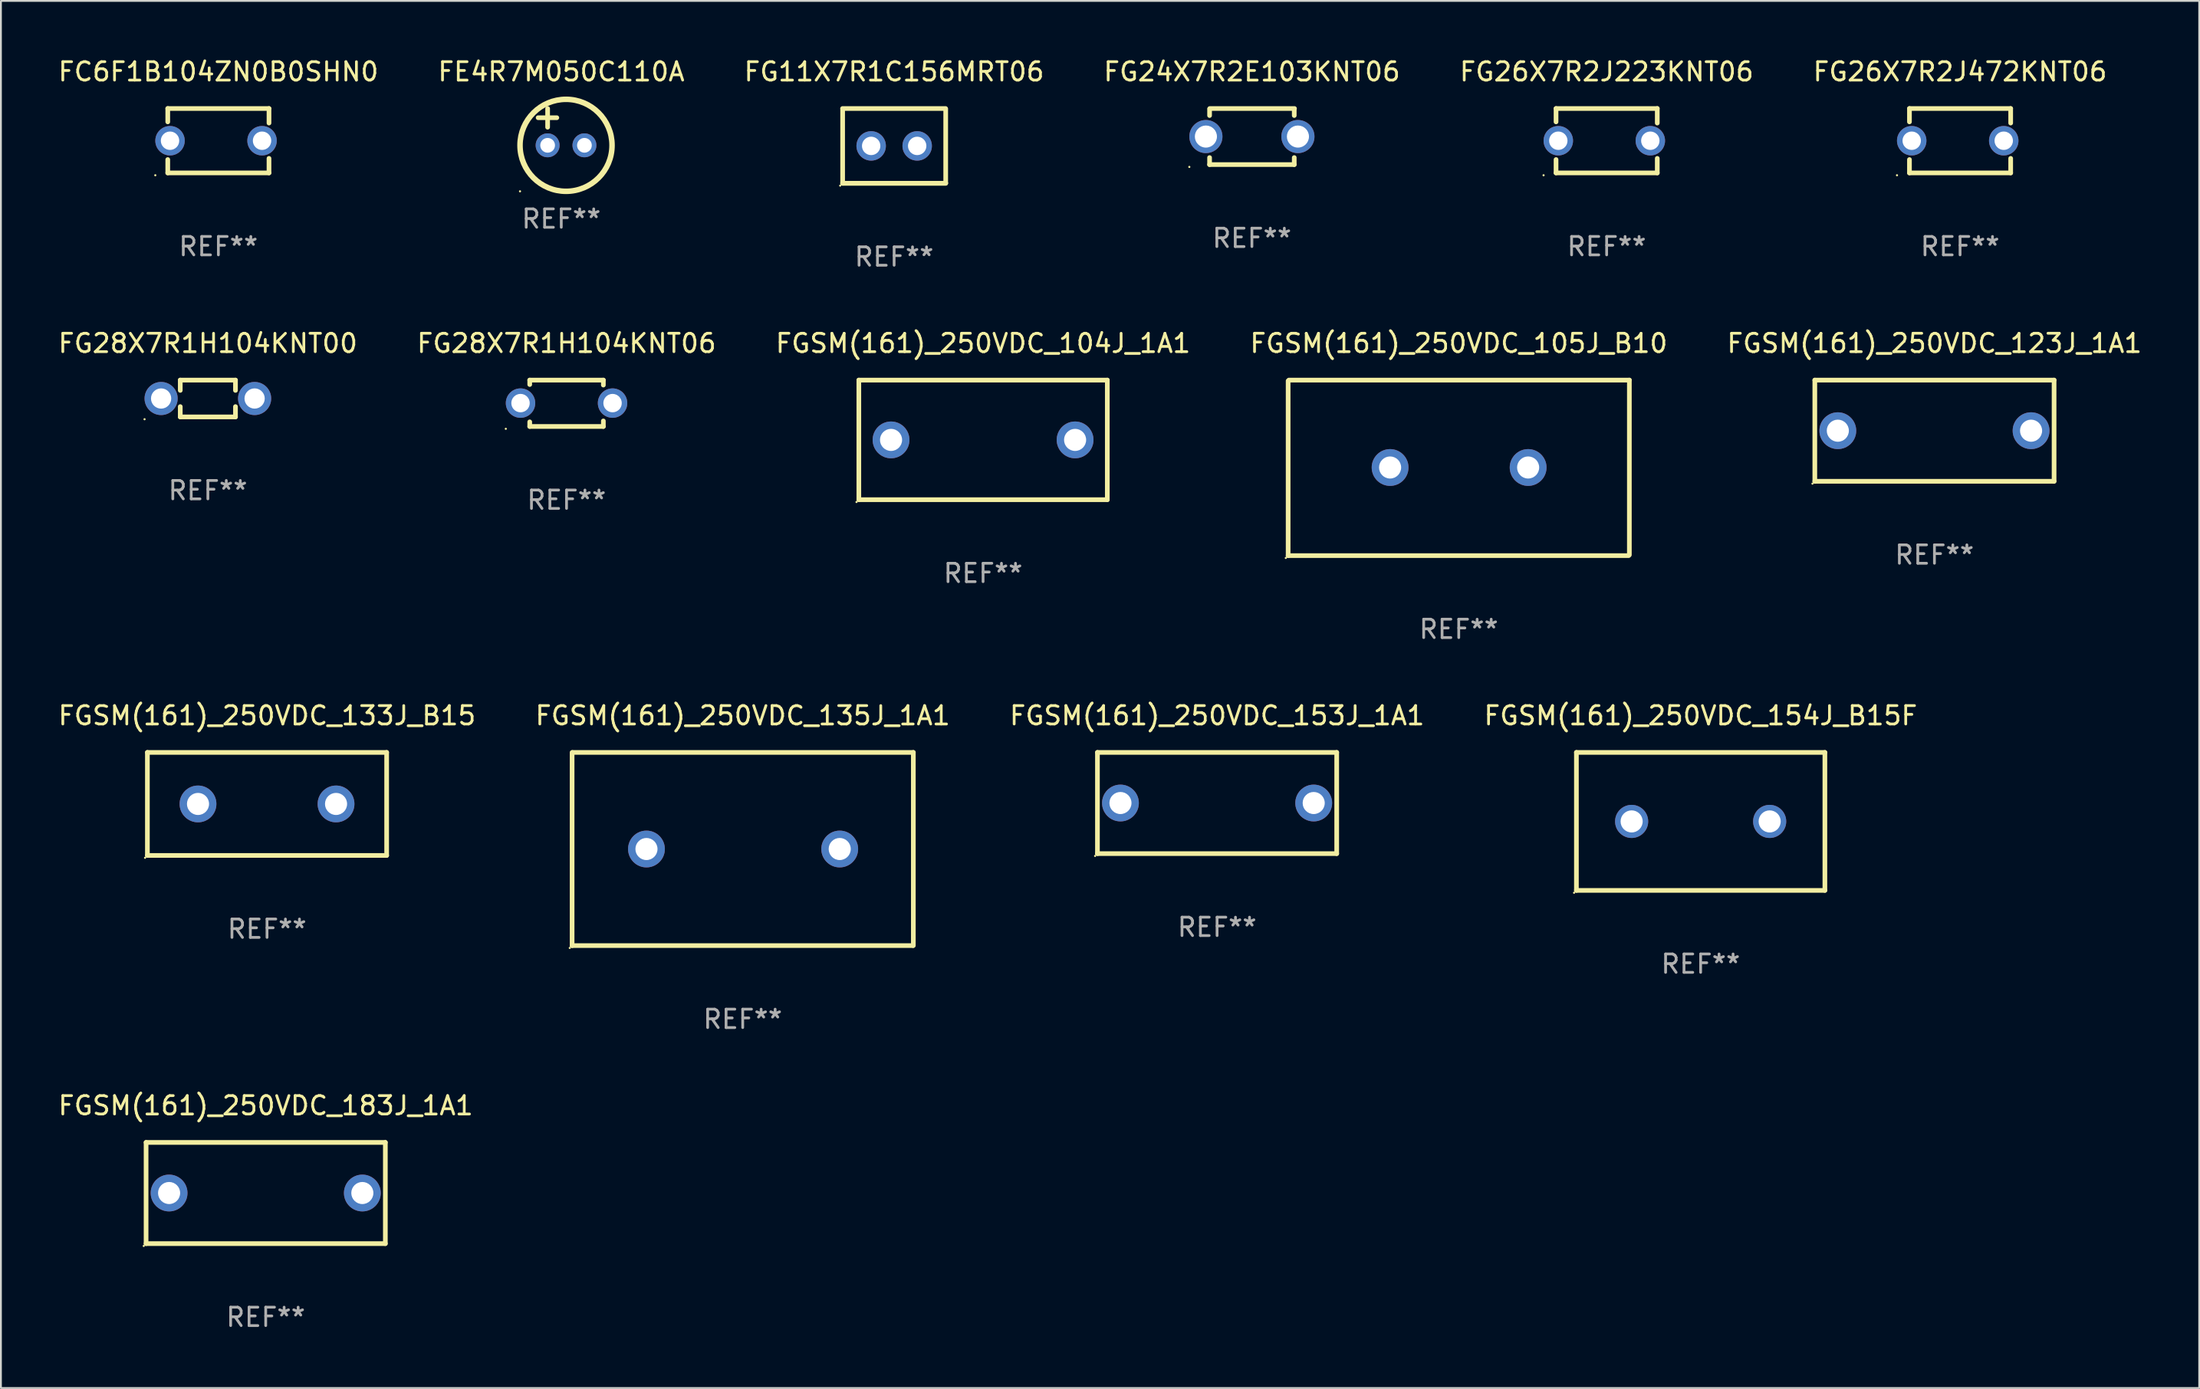
<source format=kicad_pcb>
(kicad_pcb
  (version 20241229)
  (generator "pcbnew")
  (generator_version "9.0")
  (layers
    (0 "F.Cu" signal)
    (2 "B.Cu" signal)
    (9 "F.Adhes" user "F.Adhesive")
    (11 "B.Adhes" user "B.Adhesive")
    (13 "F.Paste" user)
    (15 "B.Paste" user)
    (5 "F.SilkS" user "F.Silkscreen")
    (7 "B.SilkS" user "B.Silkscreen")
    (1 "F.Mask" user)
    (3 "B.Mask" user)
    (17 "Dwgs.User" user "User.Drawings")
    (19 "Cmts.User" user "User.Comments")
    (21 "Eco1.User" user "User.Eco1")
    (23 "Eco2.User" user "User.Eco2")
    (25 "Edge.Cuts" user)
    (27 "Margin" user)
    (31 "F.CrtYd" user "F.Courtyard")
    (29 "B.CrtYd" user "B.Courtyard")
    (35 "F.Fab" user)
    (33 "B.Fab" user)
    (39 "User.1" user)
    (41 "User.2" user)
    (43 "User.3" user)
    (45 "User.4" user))
  (footprint "FE4R7M050C110A"
    (layer "F.Cu")
    (at 27.446 3.848)
    (property "Reference" "FE4R7M050C110A" (at 0 -3 0) (layer "F.SilkS") (effects (font (size 1 1) (thickness 0.15))))
    (attr through_hole)
    (fp_line (start -1.258 -0.5) (end -0.242 -0.5) (stroke (width 0.254) (type solid)) (layer "F.SilkS"))
    (fp_line (start -0.742 -1) (end -0.742 0.016) (stroke (width 0.254) (type solid)) (layer "F.SilkS"))
    (fp_circle (center -2.242 3.5) (end -2.212 3.5) (stroke (width 0.06) (type solid)) (fill no) (layer "F.SilkS"))
    (fp_circle (center 0.258 1) (end 2.758 1) (stroke (width 0.3) (type solid)) (fill no) (layer "F.SilkS"))
    (fp_text user "REF**" (at 0 5 0) (layer "F.Fab") (effects (font (size 1 1) (thickness 0.15))))
    (pad "1" thru_hole circle (at -0.742 1) (size 1.3 1.3) (drill 0.8) (layers "*.Cu" "*.Mask"))
    (pad "2" thru_hole circle (at 1.258 1) (size 1.3 1.3) (drill 0.8) (layers "*.Cu" "*.Mask")))
  (footprint "FG11X7R1C156MRT06"
    (layer "F.Cu")
    (at 45.53 4.88)
    (property "Reference" "FG11X7R1C156MRT06" (at 0 -4.032 0) (layer "F.SilkS") (effects (font (size 1 1) (thickness 0.15))))
    (attr through_hole)
    (fp_line (start -2.803 -2.032) (end 2.797 -2.032) (stroke (width 0.254) (type solid)) (layer "F.SilkS"))
    (fp_line (start -2.797 2.032) (end -2.797 -1.968) (stroke (width 0.254) (type solid)) (layer "F.SilkS"))
    (fp_line (start 2.803 -2) (end 2.803 2) (stroke (width 0.254) (type solid)) (layer "F.SilkS"))
    (fp_line (start 2.803 2.032) (end -2.797 2.032) (stroke (width 0.254) (type solid)) (layer "F.SilkS"))
    (fp_line (start 2.803 2.032) (end -2.797 2.032) (stroke (width 0.254) (type solid)) (layer "F.SilkS"))
    (fp_circle (center -2.93 2.159) (end -2.9 2.159) (stroke (width 0.06) (type solid)) (fill no) (layer "F.SilkS"))
    (fp_text user "REF**" (at 0 6.032 0) (layer "F.Fab") (effects (font (size 1 1) (thickness 0.15))))
    (pad "1" thru_hole circle (at -1.247 0) (size 1.6 1.6) (drill 1) (layers "*.Cu" "*.Mask"))
    (pad "2" thru_hole circle (at 1.253 0) (size 1.6 1.6) (drill 1) (layers "*.Cu" "*.Mask")))
  (footprint "FGSM(161)_250VDC_133J_B15"
    (layer "F.Cu")
    (at 11.458 40.645)
    (property "Reference" "FGSM(161)_250VDC_133J_B15" (at 0 -4.8 0) (layer "F.SilkS") (effects (font (size 1 1) (thickness 0.15))))
    (attr through_hole)
    (fp_line (start -6.5 -2.8) (end -6.5 2.8) (stroke (width 0.254) (type solid)) (layer "F.SilkS"))
    (fp_line (start -6.5 -2.8) (end 6.5 -2.8) (stroke (width 0.254) (type solid)) (layer "F.SilkS"))
    (fp_line (start -6.5 2.8) (end 6.5 2.8) (stroke (width 0.254) (type solid)) (layer "F.SilkS"))
    (fp_line (start 6.5 -2.8) (end 6.5 2.8) (stroke (width 0.254) (type solid)) (layer "F.SilkS"))
    (fp_circle (center -6.627 2.927) (end -6.597 2.927) (stroke (width 0.06) (type solid)) (fill no) (layer "F.SilkS"))
    (fp_text user "REF**" (at 0 6.8 0) (layer "F.Fab") (effects (font (size 1 1) (thickness 0.15))))
    (pad "1" thru_hole circle (at -3.75 0) (size 2 2) (drill 1.2) (layers "*.Cu" "*.Mask"))
    (pad "2" thru_hole circle (at 3.75 0) (size 2 2) (drill 1.2) (layers "*.Cu" "*.Mask")))
  (footprint "FG24X7R2E103KNT06"
    (layer "F.Cu")
    (at 64.97 4.372)
    (property "Reference" "FG24X7R2E103KNT06" (at 0 -3.524 0) (layer "F.SilkS") (effects (font (size 1 1) (thickness 0.15))))
    (attr through_hole)
    (fp_line (start -2.3 -1.5) (end -2.3 -1.143) (stroke (width 0.254) (type solid)) (layer "F.SilkS"))
    (fp_line (start -2.3 1.524) (end -2.3 1.143) (stroke (width 0.254) (type solid)) (layer "F.SilkS"))
    (fp_line (start -2.286 -1.524) (end 2.314 -1.524) (stroke (width 0.254) (type solid)) (layer "F.SilkS"))
    (fp_line (start 2.3 -1.5) (end 2.3 -1.143) (stroke (width 0.254) (type solid)) (layer "F.SilkS"))
    (fp_line (start 2.3 1.524) (end -2.3 1.524) (stroke (width 0.254) (type solid)) (layer "F.SilkS"))
    (fp_line (start 2.3 1.524) (end 2.3 1.143) (stroke (width 0.254) (type solid)) (layer "F.SilkS"))
    (fp_circle (center -3.4 1.651) (end -3.37 1.651) (stroke (width 0.06) (type solid)) (fill no) (layer "F.SilkS"))
    (fp_text user "REF**" (at 0 5.524 0) (layer "F.Fab") (effects (font (size 1 1) (thickness 0.15))))
    (pad "1" thru_hole circle (at -2.5 0) (size 1.8 1.8) (drill 1.2) (layers "*.Cu" "*.Mask"))
    (pad "2" thru_hole circle (at 2.5 0) (size 1.8 1.8) (drill 1.2) (layers "*.Cu" "*.Mask")))
  (footprint "FGSM(161)_250VDC_135J_1A1"
    (layer "F.Cu")
    (at 37.304 43.095)
    (property "Reference" "FGSM(161)_250VDC_135J_1A1" (at 0 -7.25 0) (layer "F.SilkS") (effects (font (size 1 1) (thickness 0.15))))
    (attr through_hole)
    (fp_line (start -9.27 5.25) (end -9.27 -5.25) (stroke (width 0.254) (type solid)) (layer "F.SilkS"))
    (fp_line (start -9.23 -5.25) (end 9.27 -5.25) (stroke (width 0.254) (type solid)) (layer "F.SilkS"))
    (fp_line (start 9.23 5.25) (end -9.27 5.25) (stroke (width 0.254) (type solid)) (layer "F.SilkS"))
    (fp_line (start 9.27 -5.25) (end 9.27 5.25) (stroke (width 0.254) (type solid)) (layer "F.SilkS"))
    (fp_circle (center -9.397 5.377) (end -9.367 5.377) (stroke (width 0.06) (type solid)) (fill no) (layer "F.SilkS"))
    (fp_text user "REF**" (at 0 9.25 0) (layer "F.Fab") (effects (font (size 1 1) (thickness 0.15))))
    (pad "1" thru_hole circle (at -5.23 0) (size 2 2) (drill 1.2) (layers "*.Cu" "*.Mask"))
    (pad "2" thru_hole circle (at 5.27 0) (size 2 2) (drill 1.2) (layers "*.Cu" "*.Mask")))
  (footprint "FGSM(161)_250VDC_153J_1A1"
    (layer "F.Cu")
    (at 63.077 40.595)
    (property "Reference" "FGSM(161)_250VDC_153J_1A1" (at 0 -4.75 0) (layer "F.SilkS") (effects (font (size 1 1) (thickness 0.15))))
    (attr through_hole)
    (fp_line (start -6.5 -2.75) (end -6.5 2.75) (stroke (width 0.254) (type solid)) (layer "F.SilkS"))
    (fp_line (start -6.5 -2.75) (end 6.5 -2.75) (stroke (width 0.254) (type solid)) (layer "F.SilkS"))
    (fp_line (start 6.5 -2.75) (end 6.5 2.75) (stroke (width 0.254) (type solid)) (layer "F.SilkS"))
    (fp_line (start 6.5 2.75) (end -6.5 2.75) (stroke (width 0.254) (type solid)) (layer "F.SilkS"))
    (fp_circle (center -6.627 2.877) (end -6.597 2.877) (stroke (width 0.06) (type solid)) (fill no) (layer "F.SilkS"))
    (fp_text user "REF**" (at 0 6.75 0) (layer "F.Fab") (effects (font (size 1 1) (thickness 0.15))))
    (pad "1" thru_hole circle (at -5.25 0) (size 2 2) (drill 1.2) (layers "*.Cu" "*.Mask"))
    (pad "2" thru_hole circle (at 5.25 0) (size 2 2) (drill 1.2) (layers "*.Cu" "*.Mask")))
  (footprint "FG28X7R1H104KNT00"
    (layer "F.Cu")
    (at 8.244 18.609)
    (property "Reference" "FG28X7R1H104KNT00" (at 0 -3 0) (layer "F.SilkS") (effects (font (size 1 1) (thickness 0.15))))
    (attr through_hole)
    (fp_line (start -1.5 -1) (end -1.5 -0.441) (stroke (width 0.254) (type solid)) (layer "F.SilkS"))
    (fp_line (start -1.5 -1) (end 1.5 -1) (stroke (width 0.254) (type solid)) (layer "F.SilkS"))
    (fp_line (start -1.5 0.441) (end -1.5 1) (stroke (width 0.254) (type solid)) (layer "F.SilkS"))
    (fp_line (start 1.5 -0.441) (end 1.5 -1) (stroke (width 0.254) (type solid)) (layer "F.SilkS"))
    (fp_line (start 1.5 1) (end -1.5 1) (stroke (width 0.254) (type solid)) (layer "F.SilkS"))
    (fp_line (start 1.5 1) (end 1.5 0.441) (stroke (width 0.254) (type solid)) (layer "F.SilkS"))
    (fp_circle (center -3.44 1.127) (end -3.41 1.127) (stroke (width 0.06) (type solid)) (fill no) (layer "F.SilkS"))
    (fp_text user "REF**" (at 0 5 0) (layer "F.Fab") (effects (font (size 1 1) (thickness 0.15))))
    (pad "1" thru_hole circle (at -2.54 0) (size 1.8 1.8) (drill 1.1) (layers "*.Cu" "*.Mask"))
    (pad "2" thru_hole circle (at 2.54 0) (size 1.8 1.8) (drill 1.1) (layers "*.Cu" "*.Mask")))
  (footprint "FGSM(161)_250VDC_123J_1A1"
    (layer "F.Cu")
    (at 102.054 20.359)
    (property "Reference" "FGSM(161)_250VDC_123J_1A1" (at 0 -4.75 0) (layer "F.SilkS") (effects (font (size 1 1) (thickness 0.15))))
    (attr through_hole)
    (fp_line (start -6.5 -2.75) (end -6.5 2.75) (stroke (width 0.254) (type solid)) (layer "F.SilkS"))
    (fp_line (start -6.5 -2.75) (end 6.5 -2.75) (stroke (width 0.254) (type solid)) (layer "F.SilkS"))
    (fp_line (start 6.5 -2.75) (end 6.5 2.75) (stroke (width 0.254) (type solid)) (layer "F.SilkS"))
    (fp_line (start 6.5 2.75) (end -6.5 2.75) (stroke (width 0.254) (type solid)) (layer "F.SilkS"))
    (fp_circle (center -6.627 2.877) (end -6.597 2.877) (stroke (width 0.06) (type solid)) (fill no) (layer "F.SilkS"))
    (fp_text user "REF**" (at 0 6.75 0) (layer "F.Fab") (effects (font (size 1 1) (thickness 0.15))))
    (pad "1" thru_hole circle (at -5.25 0) (size 2 2) (drill 1.2) (layers "*.Cu" "*.Mask"))
    (pad "2" thru_hole circle (at 5.25 0) (size 2 2) (drill 1.2) (layers "*.Cu" "*.Mask")))
  (footprint "FG26X7R2J223KNT06"
    (layer "F.Cu")
    (at 84.244 4.598)
    (property "Reference" "FG26X7R2J223KNT06" (at 0 -3.75 0) (layer "F.SilkS") (effects (font (size 1 1) (thickness 0.15))))
    (attr through_hole)
    (fp_line (start -2.75 -1.75) (end -2.75 -1.024) (stroke (width 0.254) (type solid)) (layer "F.SilkS"))
    (fp_line (start -2.75 -1.75) (end 2.75 -1.75) (stroke (width 0.254) (type solid)) (layer "F.SilkS"))
    (fp_line (start -2.75 1.024) (end -2.75 1.75) (stroke (width 0.254) (type solid)) (layer "F.SilkS"))
    (fp_line (start 2.75 -1.75) (end 2.75 -0.96) (stroke (width 0.254) (type solid)) (layer "F.SilkS"))
    (fp_line (start 2.75 0.96) (end 2.75 1.75) (stroke (width 0.254) (type solid)) (layer "F.SilkS"))
    (fp_line (start 2.75 1.75) (end -2.75 1.75) (stroke (width 0.254) (type solid)) (layer "F.SilkS"))
    (fp_circle (center -3.427 1.877) (end -3.397 1.877) (stroke (width 0.06) (type solid)) (fill no) (layer "F.SilkS"))
    (fp_text user "REF**" (at 0 5.75 0) (layer "F.Fab") (effects (font (size 1 1) (thickness 0.15))))
    (pad "1" thru_hole circle (at -2.627 0) (size 1.6 1.6) (drill 1) (layers "*.Cu" "*.Mask"))
    (pad "2" thru_hole circle (at 2.373 0) (size 1.6 1.6) (drill 1) (layers "*.Cu" "*.Mask")))
  (footprint "FGSM(161)_250VDC_105J_B10"
    (layer "F.Cu")
    (at 76.208 22.379)
    (property "Reference" "FGSM(161)_250VDC_105J_B10" (at 0 -6.77 0) (layer "F.SilkS") (effects (font (size 1 1) (thickness 0.15))))
    (attr through_hole)
    (fp_line (start -9.27 4.77) (end -9.27 -4.73) (stroke (width 0.254) (type solid)) (layer "F.SilkS"))
    (fp_line (start -9.23 -4.77) (end 9.27 -4.77) (stroke (width 0.254) (type solid)) (layer "F.SilkS"))
    (fp_line (start 9.23 4.77) (end -9.27 4.77) (stroke (width 0.254) (type solid)) (layer "F.SilkS"))
    (fp_line (start 9.27 -4.77) (end 9.27 4.73) (stroke (width 0.254) (type solid)) (layer "F.SilkS"))
    (fp_circle (center -9.397 4.897) (end -9.367 4.897) (stroke (width 0.06) (type solid)) (fill no) (layer "F.SilkS"))
    (fp_text user "REF**" (at 0 8.77 0) (layer "F.Fab") (effects (font (size 1 1) (thickness 0.15))))
    (pad "1" thru_hole circle (at -3.73 -0.02) (size 2 2) (drill 1.2) (layers "*.Cu" "*.Mask"))
    (pad "2" thru_hole circle (at 3.77 -0.02) (size 2 2) (drill 1.2) (layers "*.Cu" "*.Mask")))
  (footprint "FG28X7R1H104KNT06"
    (layer "F.Cu")
    (at 27.732 18.869)
    (property "Reference" "FG28X7R1H104KNT06" (at 0 -3.26 0) (layer "F.SilkS") (effects (font (size 1 1) (thickness 0.15))))
    (attr through_hole)
    (fp_line (start -2 -1.26) (end -2 -1.02) (stroke (width 0.254) (type solid)) (layer "F.SilkS"))
    (fp_line (start -2 -1.26) (end 2 -1.26) (stroke (width 0.254) (type solid)) (layer "F.SilkS"))
    (fp_line (start -2 1.26) (end -2 1.01) (stroke (width 0.254) (type solid)) (layer "F.SilkS"))
    (fp_line (start 2 -1.26) (end 2 -0.99) (stroke (width 0.254) (type solid)) (layer "F.SilkS"))
    (fp_line (start 2 1.26) (end -2 1.26) (stroke (width 0.254) (type solid)) (layer "F.SilkS"))
    (fp_line (start 2 1.26) (end 2 0.96) (stroke (width 0.254) (type solid)) (layer "F.SilkS"))
    (fp_circle (center -3.3 1.387) (end -3.27 1.387) (stroke (width 0.06) (type solid)) (fill no) (layer "F.SilkS"))
    (fp_text user "REF**" (at 0 5.26 0) (layer "F.Fab") (effects (font (size 1 1) (thickness 0.15))))
    (pad "1" thru_hole circle (at -2.5 -0.01) (size 1.6 1.6) (drill 1) (layers "*.Cu" "*.Mask"))
    (pad "2" thru_hole circle (at 2.5 -0.01) (size 1.6 1.6) (drill 1) (layers "*.Cu" "*.Mask")))
  (footprint "FG26X7R2J472KNT06"
    (layer "F.Cu")
    (at 103.446 4.598)
    (property "Reference" "FG26X7R2J472KNT06" (at 0 -3.75 0) (layer "F.SilkS") (effects (font (size 1 1) (thickness 0.15))))
    (attr through_hole)
    (fp_line (start -2.75 -1.75) (end -2.75 -1.024) (stroke (width 0.254) (type solid)) (layer "F.SilkS"))
    (fp_line (start -2.75 -1.75) (end 2.75 -1.75) (stroke (width 0.254) (type solid)) (layer "F.SilkS"))
    (fp_line (start -2.75 1.024) (end -2.75 1.75) (stroke (width 0.254) (type solid)) (layer "F.SilkS"))
    (fp_line (start 2.75 -1.75) (end 2.75 -0.96) (stroke (width 0.254) (type solid)) (layer "F.SilkS"))
    (fp_line (start 2.75 0.96) (end 2.75 1.75) (stroke (width 0.254) (type solid)) (layer "F.SilkS"))
    (fp_line (start 2.75 1.75) (end -2.75 1.75) (stroke (width 0.254) (type solid)) (layer "F.SilkS"))
    (fp_circle (center -3.427 1.877) (end -3.397 1.877) (stroke (width 0.06) (type solid)) (fill no) (layer "F.SilkS"))
    (fp_text user "REF**" (at 0 5.75 0) (layer "F.Fab") (effects (font (size 1 1) (thickness 0.15))))
    (pad "1" thru_hole circle (at -2.627 0) (size 1.6 1.6) (drill 1) (layers "*.Cu" "*.Mask"))
    (pad "2" thru_hole circle (at 2.373 0) (size 1.6 1.6) (drill 1) (layers "*.Cu" "*.Mask")))
  (footprint "FGSM(161)_250VDC_104J_1A1"
    (layer "F.Cu")
    (at 50.363 20.859)
    (property "Reference" "FGSM(161)_250VDC_104J_1A1" (at 0 -5.25 0) (layer "F.SilkS") (effects (font (size 1 1) (thickness 0.15))))
    (attr through_hole)
    (fp_line (start -6.75 -3.25) (end 6.75 -3.25) (stroke (width 0.254) (type solid)) (layer "F.SilkS"))
    (fp_line (start -6.75 3.25) (end -6.75 -3.25) (stroke (width 0.254) (type solid)) (layer "F.SilkS"))
    (fp_line (start 6.75 -3.25) (end 6.75 3.25) (stroke (width 0.254) (type solid)) (layer "F.SilkS"))
    (fp_line (start 6.75 3.25) (end -6.75 3.25) (stroke (width 0.254) (type solid)) (layer "F.SilkS"))
    (fp_circle (center -6.877 3.377) (end -6.847 3.377) (stroke (width 0.06) (type solid)) (fill no) (layer "F.SilkS"))
    (fp_text user "REF**" (at 0 7.25 0) (layer "F.Fab") (effects (font (size 1 1) (thickness 0.15))))
    (pad "1" thru_hole circle (at -5 -0.000013) (size 2 2) (drill 1.2) (layers "*.Cu" "*.Mask"))
    (pad "2" thru_hole circle (at 5 -0.000013) (size 2 2) (drill 1.2) (layers "*.Cu" "*.Mask")))
  (footprint "FGSM(161)_250VDC_183J_1A1"
    (layer "F.Cu")
    (at 11.387 61.792)
    (property "Reference" "FGSM(161)_250VDC_183J_1A1" (at 0 -4.75 0) (layer "F.SilkS") (effects (font (size 1 1) (thickness 0.15))))
    (attr through_hole)
    (fp_line (start -6.5 -2.75) (end -6.5 2.75) (stroke (width 0.254) (type solid)) (layer "F.SilkS"))
    (fp_line (start -6.5 -2.75) (end 6.5 -2.75) (stroke (width 0.254) (type solid)) (layer "F.SilkS"))
    (fp_line (start 6.5 -2.75) (end 6.5 2.75) (stroke (width 0.254) (type solid)) (layer "F.SilkS"))
    (fp_line (start 6.5 2.75) (end -6.5 2.75) (stroke (width 0.254) (type solid)) (layer "F.SilkS"))
    (fp_circle (center -6.627 2.877) (end -6.597 2.877) (stroke (width 0.06) (type solid)) (fill no) (layer "F.SilkS"))
    (fp_text user "REF**" (at 0 6.75 0) (layer "F.Fab") (effects (font (size 1 1) (thickness 0.15))))
    (pad "1" thru_hole circle (at -5.25 0) (size 2 2) (drill 1.2) (layers "*.Cu" "*.Mask"))
    (pad "2" thru_hole circle (at 5.25 0) (size 2 2) (drill 1.2) (layers "*.Cu" "*.Mask")))
  (footprint "FGSM(161)_250VDC_154J_B15F"
    (layer "F.Cu")
    (at 89.351 41.595)
    (property "Reference" "FGSM(161)_250VDC_154J_B15F" (at 0 -5.75 0) (layer "F.SilkS") (effects (font (size 1 1) (thickness 0.15))))
    (attr through_hole)
    (fp_line (start -6.75 -3.75) (end 6.75 -3.75) (stroke (width 0.254) (type solid)) (layer "F.SilkS"))
    (fp_line (start -6.75 3.75) (end -6.75 -3.75) (stroke (width 0.254) (type solid)) (layer "F.SilkS"))
    (fp_line (start 6.75 -3.75) (end 6.75 3.75) (stroke (width 0.254) (type solid)) (layer "F.SilkS"))
    (fp_line (start 6.75 3.75) (end -6.75 3.75) (stroke (width 0.254) (type solid)) (layer "F.SilkS"))
    (fp_circle (center -6.877 3.877) (end -6.847 3.877) (stroke (width 0.06) (type solid)) (fill no) (layer "F.SilkS"))
    (fp_text user "REF**" (at 0 7.75 0) (layer "F.Fab") (effects (font (size 1 1) (thickness 0.15))))
    (pad "1" thru_hole circle (at -3.75 0) (size 1.8 1.8) (drill 1.2) (layers "*.Cu" "*.Mask"))
    (pad "2" thru_hole circle (at 3.75 0) (size 1.8 1.8) (drill 1.2) (layers "*.Cu" "*.Mask")))
  (footprint "FC6F1B104ZN0B0SHN0"
    (layer "F.Cu")
    (at 8.815 4.598)
    (property "Reference" "FC6F1B104ZN0B0SHN0" (at 0 -3.75 0) (layer "F.SilkS") (effects (font (size 1 1) (thickness 0.15))))
    (attr through_hole)
    (fp_line (start -2.75 -1.75) (end -2.75 -1.024) (stroke (width 0.254) (type solid)) (layer "F.SilkS"))
    (fp_line (start -2.75 -1.75) (end 2.75 -1.75) (stroke (width 0.254) (type solid)) (layer "F.SilkS"))
    (fp_line (start -2.75 1.024) (end -2.75 1.75) (stroke (width 0.254) (type solid)) (layer "F.SilkS"))
    (fp_line (start 2.75 -1.75) (end 2.75 -0.96) (stroke (width 0.254) (type solid)) (layer "F.SilkS"))
    (fp_line (start 2.75 0.96) (end 2.75 1.75) (stroke (width 0.254) (type solid)) (layer "F.SilkS"))
    (fp_line (start 2.75 1.75) (end -2.75 1.75) (stroke (width 0.254) (type solid)) (layer "F.SilkS"))
    (fp_circle (center -3.427 1.877) (end -3.397 1.877) (stroke (width 0.06) (type solid)) (fill no) (layer "F.SilkS"))
    (fp_text user "REF**" (at 0 5.75 0) (layer "F.Fab") (effects (font (size 1 1) (thickness 0.15))))
    (pad "1" thru_hole circle (at -2.627 0) (size 1.6 1.6) (drill 1) (layers "*.Cu" "*.Mask"))
    (pad "2" thru_hole circle (at 2.373 0) (size 1.6 1.6) (drill 1) (layers "*.Cu" "*.Mask")))
  (gr_rect
    (start -3 -3)
    (end 116.44 72.39)
    (stroke (width 0.1) (type default))
    (fill no)
    (layer "Edge.Cuts")))
</source>
